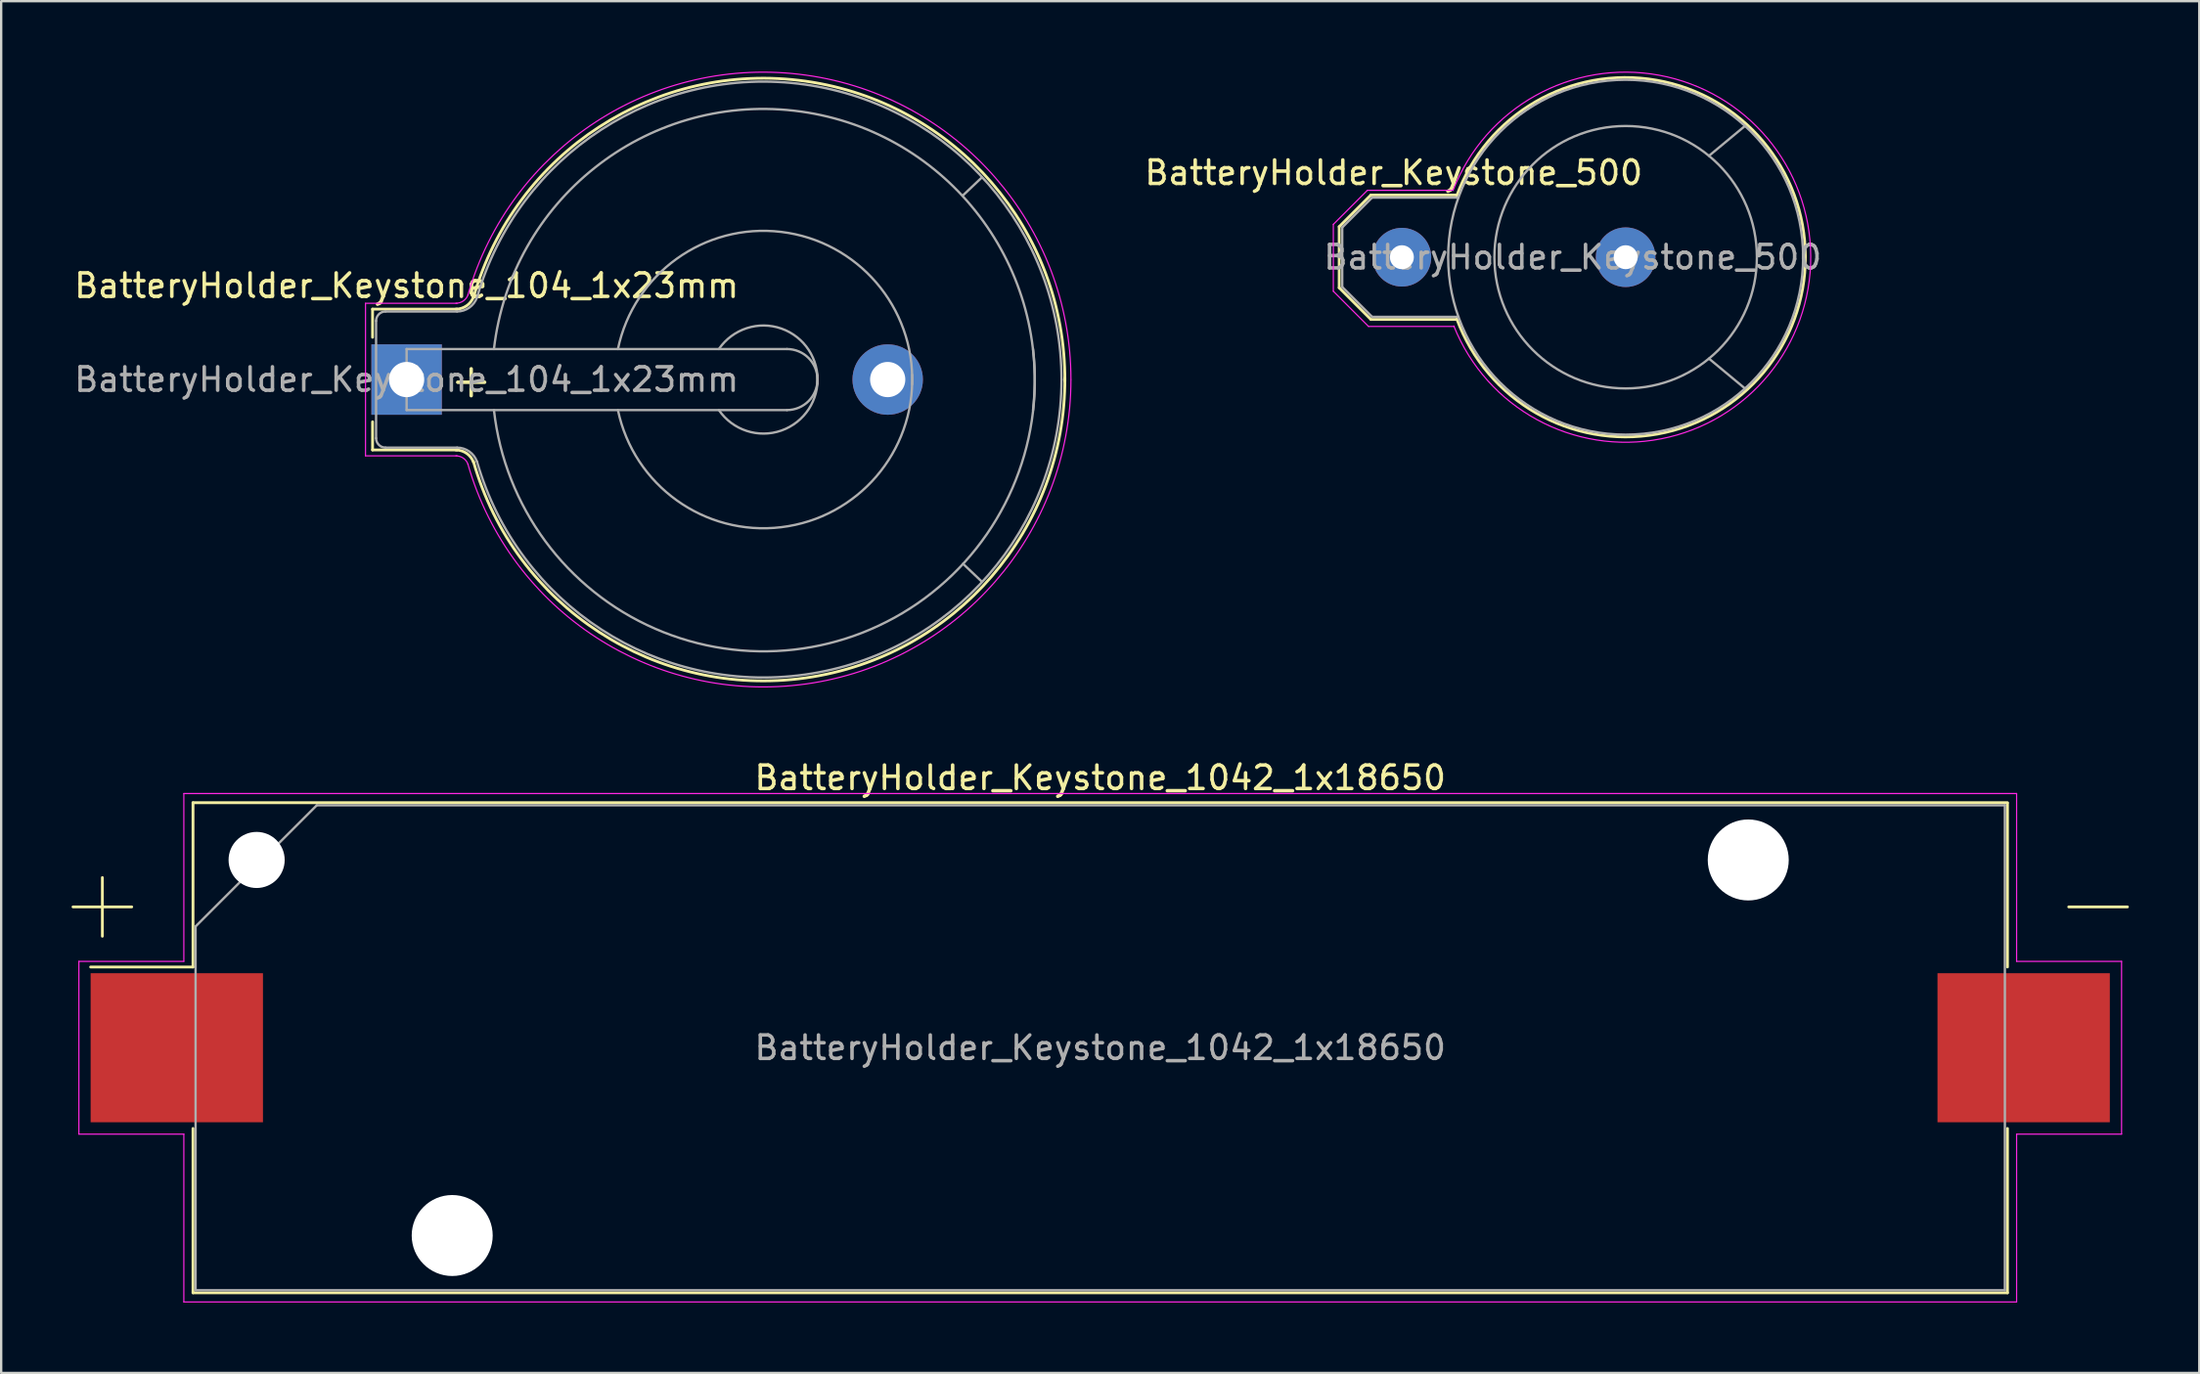
<source format=kicad_pcb>
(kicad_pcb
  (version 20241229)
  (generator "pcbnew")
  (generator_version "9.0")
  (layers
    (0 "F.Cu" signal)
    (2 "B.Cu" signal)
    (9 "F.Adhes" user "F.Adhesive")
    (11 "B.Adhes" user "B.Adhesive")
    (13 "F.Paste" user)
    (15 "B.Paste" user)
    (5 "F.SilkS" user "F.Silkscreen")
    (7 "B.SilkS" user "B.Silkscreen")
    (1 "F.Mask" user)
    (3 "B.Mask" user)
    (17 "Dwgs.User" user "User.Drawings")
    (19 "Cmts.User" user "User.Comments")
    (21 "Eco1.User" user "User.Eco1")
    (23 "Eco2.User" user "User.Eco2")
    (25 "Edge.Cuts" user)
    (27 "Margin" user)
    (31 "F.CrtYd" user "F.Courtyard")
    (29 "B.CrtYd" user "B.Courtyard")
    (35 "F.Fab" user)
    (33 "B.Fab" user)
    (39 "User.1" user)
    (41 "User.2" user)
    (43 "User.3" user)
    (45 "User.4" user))
  (footprint "BatteryHolder_Keystone_500"
    (layer "F.Cu")
    (at 56.658 7.908)
    (property "Reference" "BatteryHolder_Keystone_500" (at -0.35 -3.6 0) (layer "F.SilkS") (effects (font (size 1 1) (thickness 0.15))))
    (attr through_hole)
    (fp_line (start -2.67 -1.3) (end -1.32 -2.65) (stroke (width 0.12) (type solid)) (layer "F.SilkS"))
    (fp_line (start -2.67 1.3) (end -2.67 -1.3) (stroke (width 0.12) (type solid)) (layer "F.SilkS"))
    (fp_line (start -1.32 -2.65) (end 2.33 -2.65) (stroke (width 0.12) (type solid)) (layer "F.SilkS"))
    (fp_line (start -1.32 2.65) (end -2.67 1.3) (stroke (width 0.12) (type solid)) (layer "F.SilkS"))
    (fp_line (start 2.33 2.65) (end -1.32 2.65) (stroke (width 0.12) (type solid)) (layer "F.SilkS"))
    (fp_arc (start 2.33 -2.6) (mid 17.185039 -0.019344) (end 2.343232 2.636355) (stroke (width 0.12) (type solid)) (layer "F.SilkS"))
    (fp_line (start -2.92 -1.4) (end -1.47 -2.85) (stroke (width 0.05) (type solid)) (layer "F.CrtYd"))
    (fp_line (start -2.92 1.45) (end -2.92 -1.4) (stroke (width 0.05) (type solid)) (layer "F.CrtYd"))
    (fp_line (start -1.47 -2.85) (end 2.18 -2.85) (stroke (width 0.05) (type solid)) (layer "F.CrtYd"))
    (fp_line (start -1.42 2.95) (end -2.92 1.45) (stroke (width 0.05) (type solid)) (layer "F.CrtYd"))
    (fp_line (start 2.23 2.95) (end -1.42 2.95) (stroke (width 0.05) (type solid)) (layer "F.CrtYd"))
    (fp_arc (start 2.18 -2.85) (mid 17.413098 -0.042094) (end 2.210855 2.92833) (stroke (width 0.05) (type solid)) (layer "F.CrtYd"))
    (fp_line (start -2.54 -1.27) (end -1.27 -2.54) (stroke (width 0.1) (type solid)) (layer "F.Fab"))
    (fp_line (start -2.54 1.27) (end -2.54 -1.27) (stroke (width 0.1) (type solid)) (layer "F.Fab"))
    (fp_line (start -1.27 -2.54) (end 2.41 -2.54) (stroke (width 0.1) (type solid)) (layer "F.Fab"))
    (fp_line (start -1.27 2.54) (end -2.54 1.27) (stroke (width 0.1) (type solid)) (layer "F.Fab"))
    (fp_line (start -1.27 2.54) (end 2.41 2.54) (stroke (width 0.1) (type solid)) (layer "F.Fab"))
    (fp_line (start 13.08 -4.32) (end 14.61 -5.59) (stroke (width 0.1) (type solid)) (layer "F.Fab"))
    (fp_line (start 13.08 4.32) (end 14.61 5.59) (stroke (width 0.1) (type solid)) (layer "F.Fab"))
    (fp_circle (center 9.53 0) (end 2.41 2.54) (stroke (width 0.1) (type solid)) (fill no) (layer "F.Fab"))
    (fp_circle (center 9.53 0) (end 3.94 0) (stroke (width 0.1) (type solid)) (fill no) (layer "F.Fab"))
    (fp_text user "${REFERENCE}" (at 7.275 0 0) (layer "F.Fab") (effects (font (size 1 1) (thickness 0.15))))
    (pad "1" thru_hole circle (at 0 0) (size 2.5 2.5) (drill 1.02) (layers "*.Cu" "*.Mask"))
    (pad "2" thru_hole circle (at 9.53 0) (size 2.54 2.54) (drill 1.02) (layers "*.Cu" "*.Mask")))
  (footprint "BatteryHolder_Keystone_1042_1x18650"
    (layer "F.Cu")
    (at 43.81 41.587)
    (property "Reference" "BatteryHolder_Keystone_1042_1x18650" (at 0 -11.5 0) (layer "F.SilkS") (effects (font (size 1 1) (thickness 0.15))))
    (attr smd)
    (fp_line (start -43.75 -6) (end -41.25 -6) (stroke (width 0.12) (type solid)) (layer "F.SilkS"))
    (fp_line (start -42.5 -4.75) (end -42.5 -7.25) (stroke (width 0.12) (type solid)) (layer "F.SilkS"))
    (fp_line (start -38.64 -10.44) (end -38.64 -3.44) (stroke (width 0.12) (type solid)) (layer "F.SilkS"))
    (fp_line (start -38.64 -3.44) (end -43 -3.44) (stroke (width 0.12) (type solid)) (layer "F.SilkS"))
    (fp_line (start -38.64 10.44) (end -38.64 3.44) (stroke (width 0.12) (type solid)) (layer "F.SilkS"))
    (fp_line (start 38.64 -10.44) (end -38.64 -10.44) (stroke (width 0.12) (type solid)) (layer "F.SilkS"))
    (fp_line (start 38.64 -3.44) (end 38.64 -10.42) (stroke (width 0.12) (type solid)) (layer "F.SilkS"))
    (fp_line (start 38.64 3.44) (end 38.64 10.44) (stroke (width 0.12) (type solid)) (layer "F.SilkS"))
    (fp_line (start 38.64 10.44) (end -38.64 10.44) (stroke (width 0.12) (type solid)) (layer "F.SilkS"))
    (fp_line (start 43.75 -6) (end 41.25 -6) (stroke (width 0.12) (type solid)) (layer "F.SilkS"))
    (fp_line (start -43.5 -3.68) (end -39.03 -3.68) (stroke (width 0.05) (type solid)) (layer "F.CrtYd"))
    (fp_line (start -43.5 3.68) (end -43.5 -3.68) (stroke (width 0.05) (type solid)) (layer "F.CrtYd"))
    (fp_line (start -39.03 -10.83) (end -39.03 -3.68) (stroke (width 0.05) (type solid)) (layer "F.CrtYd"))
    (fp_line (start -39.03 -10.83) (end 39.03 -10.83) (stroke (width 0.05) (type solid)) (layer "F.CrtYd"))
    (fp_line (start -39.03 3.68) (end -43.5 3.68) (stroke (width 0.05) (type solid)) (layer "F.CrtYd"))
    (fp_line (start -39.03 10.83) (end -39.03 3.68) (stroke (width 0.05) (type solid)) (layer "F.CrtYd"))
    (fp_line (start -39.03 10.83) (end 39.03 10.83) (stroke (width 0.05) (type solid)) (layer "F.CrtYd"))
    (fp_line (start 39.03 -10.83) (end 39.03 -3.68) (stroke (width 0.05) (type solid)) (layer "F.CrtYd"))
    (fp_line (start 39.03 3.68) (end 43.5 3.68) (stroke (width 0.05) (type solid)) (layer "F.CrtYd"))
    (fp_line (start 39.03 10.83) (end 39.03 3.68) (stroke (width 0.05) (type solid)) (layer "F.CrtYd"))
    (fp_line (start 43.5 -3.68) (end 39.03 -3.68) (stroke (width 0.05) (type solid)) (layer "F.CrtYd"))
    (fp_line (start 43.5 3.68) (end 43.5 -3.68) (stroke (width 0.05) (type solid)) (layer "F.CrtYd"))
    (fp_line (start -38.53 -5.168) (end -38.53 10.33) (stroke (width 0.1) (type solid)) (layer "F.Fab"))
    (fp_line (start -38.53 10.33) (end 38.53 10.33) (stroke (width 0.1) (type solid)) (layer "F.Fab"))
    (fp_line (start -33.367 -10.33) (end -38.53 -5.168) (stroke (width 0.1) (type solid)) (layer "F.Fab"))
    (fp_line (start -33.367 -10.33) (end 38.53 -10.33) (stroke (width 0.1) (type solid)) (layer "F.Fab"))
    (fp_line (start 38.53 -10.33) (end 38.53 10.33) (stroke (width 0.1) (type solid)) (layer "F.Fab"))
    (fp_text user "${REFERENCE}" (at 0 0 0) (layer "F.Fab") (effects (font (size 1 1) (thickness 0.15))))
    (pad "" np_thru_hole circle (at -35.93 -8) (size 2.39 2.39) (drill 2.39) (layers "*.Cu" "*.Mask"))
    (pad "" np_thru_hole circle (at -27.6 8) (size 3.45 3.45) (drill 3.45) (layers "*.Cu" "*.Mask"))
    (pad "" np_thru_hole circle (at 27.6 -8) (size 3.45 3.45) (drill 3.45) (layers "*.Cu" "*.Mask"))
    (pad "1" smd rect (at -39.33 0) (size 7.34 6.35) (layers "F.Cu" "F.Mask" "F.Paste"))
    (pad "2" smd rect (at 39.33 0) (size 7.34 6.35) (layers "F.Cu" "F.Mask" "F.Paste")))
  (footprint "BatteryHolder_Keystone_104_1x23mm"
    (layer "F.Cu")
    (at 14.268 13.12)
    (property "Reference" "BatteryHolder_Keystone_104_1x23mm" (at 0 -4 0) (layer "F.SilkS") (effects (font (size 1 1) (thickness 0.15))))
    (attr through_hole)
    (fp_line (start -1.45 -3) (end 2.15 -3) (stroke (width 0.12) (type solid)) (layer "F.SilkS"))
    (fp_line (start -1.45 -1.8) (end -1.45 -3) (stroke (width 0.12) (type solid)) (layer "F.SilkS"))
    (fp_line (start -1.45 1.8) (end -1.45 3) (stroke (width 0.12) (type solid)) (layer "F.SilkS"))
    (fp_line (start -1.45 3) (end 2.15 3) (stroke (width 0.12) (type solid)) (layer "F.SilkS"))
    (fp_arc (start 2.1 3) (mid 2.558861 3.144678) (end 2.851754 3.526384) (stroke (width 0.12) (type solid)) (layer "F.SilkS"))
    (fp_arc (start 2.85 -3.5) (mid 17.002622 -12.709172) (end 28.03617 0.072313) (stroke (width 0.12) (type solid)) (layer "F.SilkS"))
    (fp_arc (start 2.851754 -3.526384) (mid 2.558861 -3.144678) (end 2.1 -3) (stroke (width 0.12) (type solid)) (layer "F.SilkS"))
    (fp_arc (start 28.03617 -0.072313) (mid 17.002622 12.709172) (end 2.85 3.5) (stroke (width 0.12) (type solid)) (layer "F.SilkS"))
    (fp_line (start -1.75 -3.25) (end 2.15 -3.25) (stroke (width 0.05) (type solid)) (layer "F.CrtYd"))
    (fp_line (start -1.75 3.25) (end -1.75 -3.25) (stroke (width 0.05) (type solid)) (layer "F.CrtYd"))
    (fp_line (start -1.75 3.25) (end 2.15 3.25) (stroke (width 0.05) (type solid)) (layer "F.CrtYd"))
    (fp_arc (start 2.1 3.25) (mid 2.415467 3.349466) (end 2.616831 3.611889) (stroke (width 0.05) (type solid)) (layer "F.CrtYd"))
    (fp_arc (start 2.61 -3.6) (mid 17.012776 -12.968498) (end 28.294579 -0.009732) (stroke (width 0.05) (type solid)) (layer "F.CrtYd"))
    (fp_arc (start 2.616831 -3.611889) (mid 2.415467 -3.349466) (end 2.1 -3.25) (stroke (width 0.05) (type solid)) (layer "F.CrtYd"))
    (fp_arc (start 28.294579 0.009732) (mid 17.012776 12.968498) (end 2.61 3.6) (stroke (width 0.05) (type solid)) (layer "F.CrtYd"))
    (fp_line (start -1.3 -2.5) (end -1.3 2.5) (stroke (width 0.1) (type solid)) (layer "F.Fab"))
    (fp_line (start -0.9 2.9) (end 2.15 2.9) (stroke (width 0.1) (type solid)) (layer "F.Fab"))
    (fp_line (start 0 -1.3) (end 0 1.3) (stroke (width 0.1) (type solid)) (layer "F.Fab"))
    (fp_line (start 0 1.3) (end 16.2 1.3) (stroke (width 0.1) (type solid)) (layer "F.Fab"))
    (fp_line (start 2.15 -2.9) (end -0.9 -2.9) (stroke (width 0.1) (type solid)) (layer "F.Fab"))
    (fp_line (start 16.2 -1.3) (end 0 -1.3) (stroke (width 0.1) (type solid)) (layer "F.Fab"))
    (fp_line (start 23.7 -7.85) (end 24.5 -8.61) (stroke (width 0.1) (type solid)) (layer "F.Fab"))
    (fp_line (start 23.7 7.85) (end 24.5 8.61) (stroke (width 0.1) (type solid)) (layer "F.Fab"))
    (fp_arc (start -1.3 -2.5) (mid -1.182843 -2.782843) (end -0.9 -2.9) (stroke (width 0.1) (type solid)) (layer "F.Fab"))
    (fp_arc (start -0.9 2.9) (mid -1.182843 2.782843) (end -1.3 2.5) (stroke (width 0.1) (type solid)) (layer "F.Fab"))
    (fp_arc (start 2.15 2.9) (mid 2.666219 3.062763) (end 2.995723 3.492182) (stroke (width 0.1) (type solid)) (layer "F.Fab"))
    (fp_arc (start 2.995723 -3.492182) (mid 2.666219 -3.062763) (end 2.15 -2.9) (stroke (width 0.1) (type solid)) (layer "F.Fab"))
    (fp_arc (start 3 -3.5) (mid 16.968026 -12.568376) (end 27.892123 0.00164) (stroke (width 0.1) (type solid)) (layer "F.Fab"))
    (fp_arc (start 3.72 -1.3) (mid 16.5 -11.48) (end 26.68 1.3) (stroke (width 0.1) (type solid)) (layer "F.Fab"))
    (fp_arc (start 9 -1.3) (mid 15.954687 -6.28971) (end 21.531551 0.203631) (stroke (width 0.1) (type solid)) (layer "F.Fab"))
    (fp_arc (start 13.3 -1.3) (mid 15.963947 -2.171724) (end 17.495448 0.175833) (stroke (width 0.1) (type solid)) (layer "F.Fab"))
    (fp_arc (start 16.2 -1.3) (mid 17.5 0) (end 16.2 1.3) (stroke (width 0.1) (type solid)) (layer "F.Fab"))
    (fp_arc (start 17.495448 -0.175833) (mid 15.963947 2.171724) (end 13.3 1.3) (stroke (width 0.1) (type solid)) (layer "F.Fab"))
    (fp_arc (start 21.531551 -0.203631) (mid 15.954687 6.28971) (end 9 1.3) (stroke (width 0.1) (type solid)) (layer "F.Fab"))
    (fp_arc (start 26.68 -1.3) (mid 16.5 11.48) (end 3.72 1.3) (stroke (width 0.1) (type solid)) (layer "F.Fab"))
    (fp_arc (start 27.892123 -0.00164) (mid 16.968026 12.568376) (end 3 3.5) (stroke (width 0.1) (type solid)) (layer "F.Fab"))
    (fp_text user "+" (at 2.75 0 0) (layer "F.SilkS") (effects (font (size 1.5 1.5) (thickness 0.15))))
    (fp_text user "${REFERENCE}" (at 0 0 0) (layer "F.Fab") (effects (font (size 1 1) (thickness 0.15))))
    (pad "1" thru_hole rect (at 0 0) (size 3 3) (drill 1.5) (layers "*.Cu" "*.Mask"))
    (pad "2" thru_hole circle (at 20.49 0) (size 3 3) (drill 1.5) (layers "*.Cu" "*.Mask")))
  (gr_rect
    (start -3 -3)
    (end 90.62 55.442)
    (stroke (width 0.1) (type default))
    (fill no)
    (layer "Edge.Cuts")))
</source>
